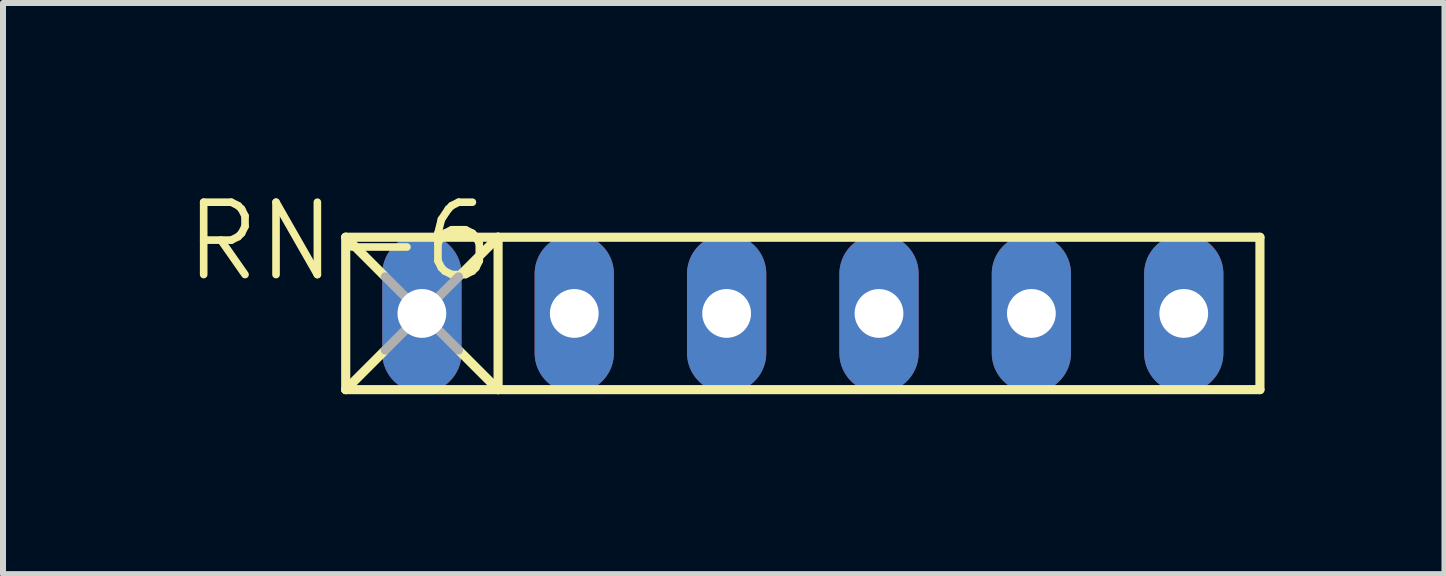
<source format=kicad_pcb>
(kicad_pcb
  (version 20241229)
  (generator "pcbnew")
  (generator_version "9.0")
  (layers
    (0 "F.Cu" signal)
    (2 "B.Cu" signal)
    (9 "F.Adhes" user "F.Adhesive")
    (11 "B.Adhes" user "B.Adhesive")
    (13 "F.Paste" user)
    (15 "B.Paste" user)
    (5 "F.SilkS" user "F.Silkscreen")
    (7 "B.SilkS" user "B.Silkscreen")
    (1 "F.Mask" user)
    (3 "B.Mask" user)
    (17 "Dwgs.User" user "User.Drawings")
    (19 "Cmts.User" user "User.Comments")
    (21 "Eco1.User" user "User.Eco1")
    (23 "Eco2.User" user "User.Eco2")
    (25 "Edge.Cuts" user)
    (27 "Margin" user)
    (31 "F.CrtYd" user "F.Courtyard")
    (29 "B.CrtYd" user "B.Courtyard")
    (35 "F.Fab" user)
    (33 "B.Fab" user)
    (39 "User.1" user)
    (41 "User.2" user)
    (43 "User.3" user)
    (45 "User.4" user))
  (footprint "RN-6"
    (layer "F.Cu")
    (at 10.333 2.175)
    (property "Reference" "RN-6" (at -5.08 -1.905 0) (layer "F.SilkS") (effects (font (size 1.206 1.206) (thickness 0.127)) (justify right top)))
    (attr through_hole)
    (fp_line (start -7.62 -1.27) (end -7.62 1.27) (stroke (width 0.152) (type solid)) (layer "F.SilkS"))
    (fp_line (start -7.62 -1.27) (end -6.985 -0.635) (stroke (width 0.152) (type solid)) (layer "F.SilkS"))
    (fp_line (start -7.62 1.27) (end -6.985 0.635) (stroke (width 0.152) (type solid)) (layer "F.SilkS"))
    (fp_line (start -7.62 1.27) (end -5.08 1.27) (stroke (width 0.152) (type solid)) (layer "F.SilkS"))
    (fp_line (start -5.08 -1.27) (end -7.62 -1.27) (stroke (width 0.152) (type solid)) (layer "F.SilkS"))
    (fp_line (start -5.08 -1.27) (end -5.715 -0.635) (stroke (width 0.152) (type solid)) (layer "F.SilkS"))
    (fp_line (start -5.08 -1.27) (end -5.08 1.27) (stroke (width 0.152) (type solid)) (layer "F.SilkS"))
    (fp_line (start -5.08 1.27) (end -5.715 0.635) (stroke (width 0.152) (type solid)) (layer "F.SilkS"))
    (fp_line (start -5.08 1.27) (end 7.62 1.27) (stroke (width 0.152) (type solid)) (layer "F.SilkS"))
    (fp_line (start 7.62 -1.27) (end -5.08 -1.27) (stroke (width 0.152) (type solid)) (layer "F.SilkS"))
    (fp_line (start 7.62 1.27) (end 7.62 -1.27) (stroke (width 0.152) (type solid)) (layer "F.SilkS"))
    (fp_line (start -6.96 -0.61) (end -5.74 0.61) (stroke (width 0.152) (type solid)) (layer "F.Fab"))
    (fp_line (start -6.96 0.61) (end -5.74 -0.61) (stroke (width 0.152) (type solid)) (layer "F.Fab"))
    (pad "1" thru_hole oval (at -6.35 0 90) (size 2.642 1.321) (drill 0.813) (layers "*.Cu" "*.Mask"))
    (pad "2" thru_hole oval (at -3.81 0 90) (size 2.642 1.321) (drill 0.813) (layers "*.Cu" "*.Mask"))
    (pad "3" thru_hole oval (at -1.27 0 90) (size 2.642 1.321) (drill 0.813) (layers "*.Cu" "*.Mask"))
    (pad "4" thru_hole oval (at 1.27 0 90) (size 2.642 1.321) (drill 0.813) (layers "*.Cu" "*.Mask"))
    (pad "5" thru_hole oval (at 3.81 0 90) (size 2.642 1.321) (drill 0.813) (layers "*.Cu" "*.Mask"))
    (pad "6" thru_hole oval (at 6.35 0 90) (size 2.642 1.321) (drill 0.813) (layers "*.Cu" "*.Mask")))
  (gr_rect
    (start -3 -3)
    (end 21.029 6.521)
    (stroke (width 0.1) (type default))
    (fill no)
    (layer "Edge.Cuts")))
</source>
